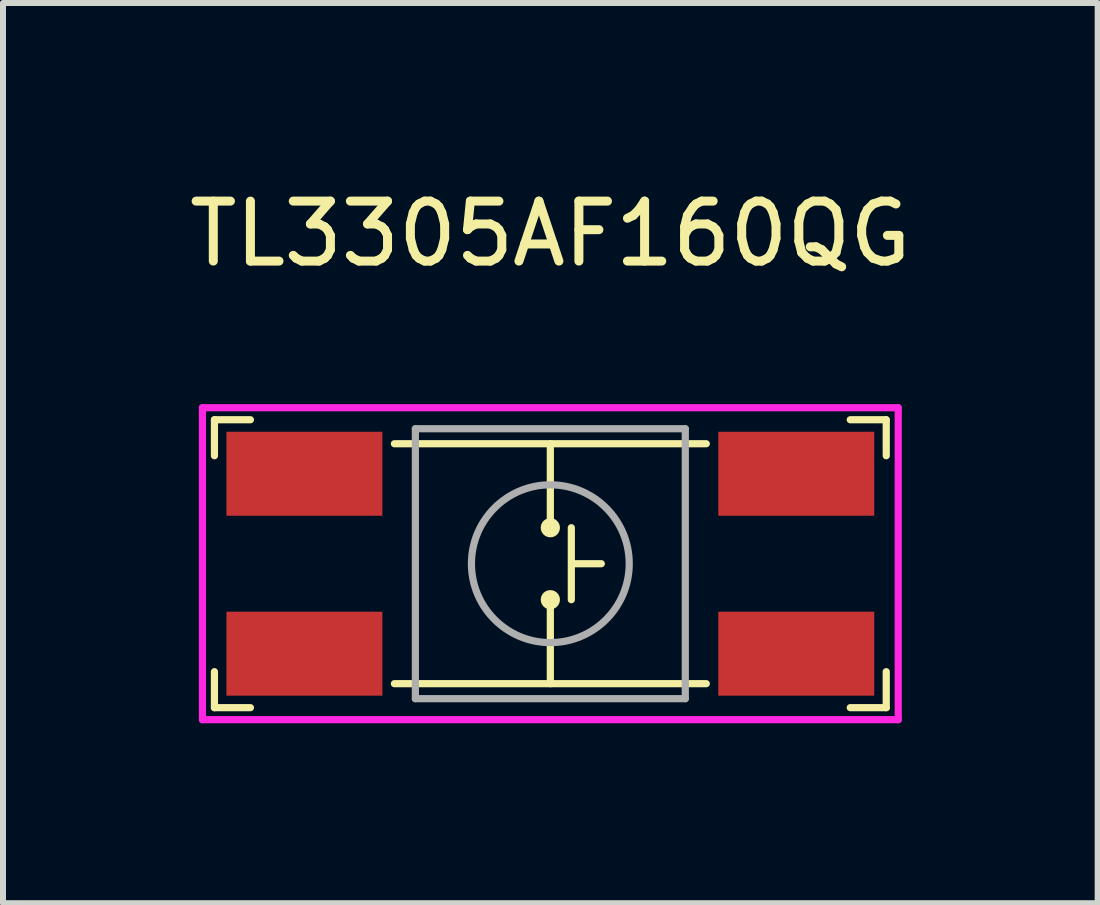
<source format=kicad_pcb>
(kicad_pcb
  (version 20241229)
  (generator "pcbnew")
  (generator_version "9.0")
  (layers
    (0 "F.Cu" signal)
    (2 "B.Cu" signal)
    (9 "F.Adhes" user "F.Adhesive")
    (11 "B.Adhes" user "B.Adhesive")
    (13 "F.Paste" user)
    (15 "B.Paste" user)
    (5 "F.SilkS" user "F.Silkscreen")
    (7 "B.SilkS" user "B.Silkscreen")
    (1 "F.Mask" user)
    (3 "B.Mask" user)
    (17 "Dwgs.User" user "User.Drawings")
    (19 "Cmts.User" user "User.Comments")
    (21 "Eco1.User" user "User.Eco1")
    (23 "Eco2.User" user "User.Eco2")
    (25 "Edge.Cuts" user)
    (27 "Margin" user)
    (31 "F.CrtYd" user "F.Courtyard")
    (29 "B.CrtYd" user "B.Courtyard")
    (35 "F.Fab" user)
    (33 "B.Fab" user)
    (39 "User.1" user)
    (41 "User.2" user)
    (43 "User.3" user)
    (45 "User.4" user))
  (footprint "TL3305AF160QG"
    (layer "F.Cu")
    (at 6.125 6.348)
    (property "Reference" "TL3305AF160QG" (at 0 -5.5 0) (layer "F.SilkS") (effects (font (size 1 1) (thickness 0.15))))
    (attr through_hole)
    (fp_line (start -5.6 -2.4) (end -5 -2.4) (stroke (width 0.12) (type solid)) (layer "F.SilkS"))
    (fp_line (start -5.6 -1.8) (end -5.6 -2.4) (stroke (width 0.12) (type solid)) (layer "F.SilkS"))
    (fp_line (start -5.6 1.8) (end -5.6 2.4) (stroke (width 0.12) (type solid)) (layer "F.SilkS"))
    (fp_line (start -5.6 2.4) (end -5 2.4) (stroke (width 0.12) (type solid)) (layer "F.SilkS"))
    (fp_line (start -2.6 -2) (end 2.6 -2) (stroke (width 0.12) (type solid)) (layer "F.SilkS"))
    (fp_line (start -2.6 2) (end 2.6 2) (stroke (width 0.12) (type solid)) (layer "F.SilkS"))
    (fp_line (start 0 -0.6) (end 0 -2) (stroke (width 0.12) (type solid)) (layer "F.SilkS"))
    (fp_line (start 0 0.6) (end 0 2) (stroke (width 0.12) (type solid)) (layer "F.SilkS"))
    (fp_line (start 0.35 -0.6) (end 0.35 0.6) (stroke (width 0.12) (type solid)) (layer "F.SilkS"))
    (fp_line (start 0.4 0) (end 0.85 0) (stroke (width 0.12) (type solid)) (layer "F.SilkS"))
    (fp_line (start 5 2.4) (end 5.6 2.4) (stroke (width 0.12) (type solid)) (layer "F.SilkS"))
    (fp_line (start 5.6 -2.4) (end 5 -2.4) (stroke (width 0.12) (type solid)) (layer "F.SilkS"))
    (fp_line (start 5.6 -1.8) (end 5.6 -2.4) (stroke (width 0.12) (type solid)) (layer "F.SilkS"))
    (fp_line (start 5.6 2.4) (end 5.6 1.8) (stroke (width 0.12) (type solid)) (layer "F.SilkS"))
    (fp_circle (center 0 -0.6) (end 0 -0.5) (stroke (width 0.12) (type solid)) (fill no) (layer "F.SilkS"))
    (fp_circle (center 0 0.6) (end 0 0.5) (stroke (width 0.12) (type solid)) (fill no) (layer "F.SilkS"))
    (fp_line (start -5.8 -2.6) (end -5.8 2.6) (stroke (width 0.12) (type solid)) (layer "F.CrtYd"))
    (fp_line (start -5.8 2.6) (end 5.8 2.6) (stroke (width 0.12) (type solid)) (layer "F.CrtYd"))
    (fp_line (start 5.8 -2.6) (end -5.8 -2.6) (stroke (width 0.12) (type solid)) (layer "F.CrtYd"))
    (fp_line (start 5.8 2.6) (end 5.8 -2.6) (stroke (width 0.12) (type solid)) (layer "F.CrtYd"))
    (fp_line (start -2.25 -2.25) (end -2.25 2.25) (stroke (width 0.12) (type solid)) (layer "F.Fab"))
    (fp_line (start -2.25 2.25) (end 2.25 2.25) (stroke (width 0.12) (type solid)) (layer "F.Fab"))
    (fp_line (start 2.25 -2.25) (end -2.25 -2.25) (stroke (width 0.12) (type solid)) (layer "F.Fab"))
    (fp_line (start 2.25 2.25) (end 2.25 -2.25) (stroke (width 0.12) (type solid)) (layer "F.Fab"))
    (fp_circle (center 0 0) (end -1.3 0.2) (stroke (width 0.12) (type solid)) (fill no) (layer "F.Fab"))
    (pad "1" smd rect (at -4.1 1.5) (size 2.6 1.4) (layers "F.Cu" "F.Mask" "F.Paste"))
    (pad "2" smd rect (at 4.1 1.5) (size 2.6 1.4) (layers "F.Cu" "F.Mask" "F.Paste"))
    (pad "3" smd rect (at -4.1 -1.5) (size 2.6 1.4) (layers "F.Cu" "F.Mask" "F.Paste"))
    (pad "4" smd rect (at 4.1 -1.5) (size 2.6 1.4) (layers "F.Cu" "F.Mask" "F.Paste")))
  (gr_rect
    (start -3 -3)
    (end 15.25 12.008)
    (stroke (width 0.1) (type default))
    (fill no)
    (layer "Edge.Cuts")))
</source>
